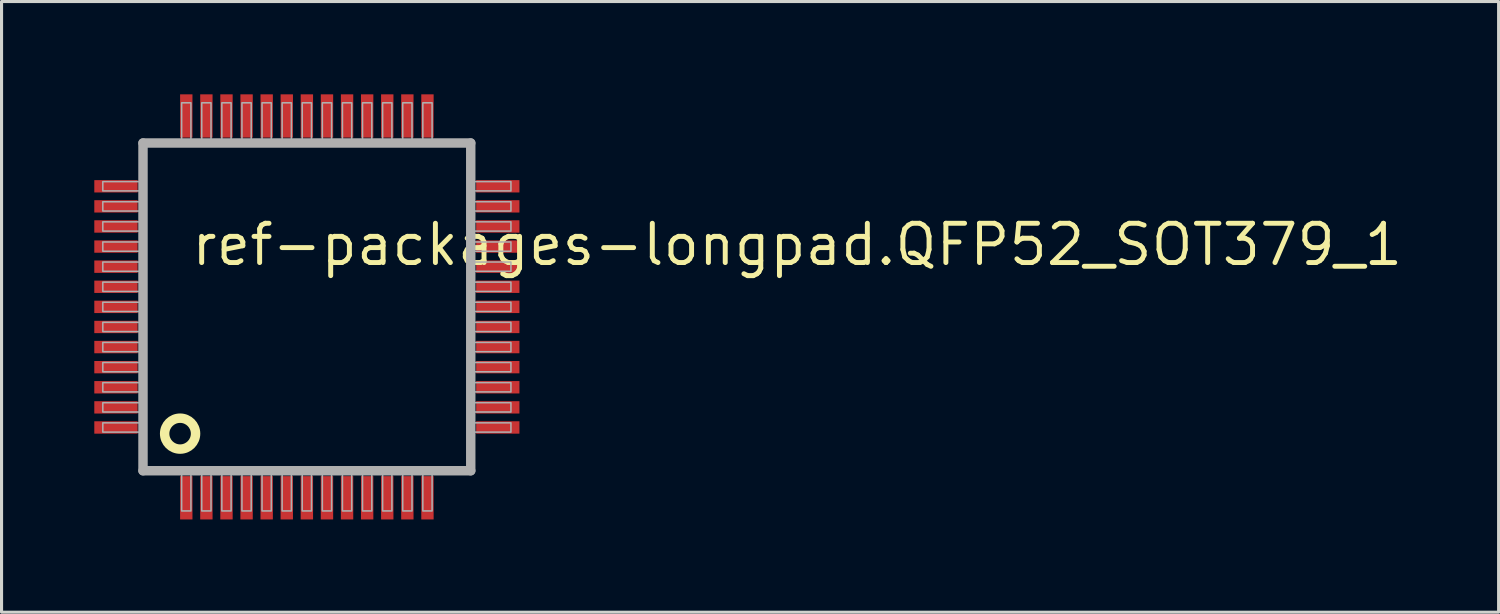
<source format=kicad_pcb>
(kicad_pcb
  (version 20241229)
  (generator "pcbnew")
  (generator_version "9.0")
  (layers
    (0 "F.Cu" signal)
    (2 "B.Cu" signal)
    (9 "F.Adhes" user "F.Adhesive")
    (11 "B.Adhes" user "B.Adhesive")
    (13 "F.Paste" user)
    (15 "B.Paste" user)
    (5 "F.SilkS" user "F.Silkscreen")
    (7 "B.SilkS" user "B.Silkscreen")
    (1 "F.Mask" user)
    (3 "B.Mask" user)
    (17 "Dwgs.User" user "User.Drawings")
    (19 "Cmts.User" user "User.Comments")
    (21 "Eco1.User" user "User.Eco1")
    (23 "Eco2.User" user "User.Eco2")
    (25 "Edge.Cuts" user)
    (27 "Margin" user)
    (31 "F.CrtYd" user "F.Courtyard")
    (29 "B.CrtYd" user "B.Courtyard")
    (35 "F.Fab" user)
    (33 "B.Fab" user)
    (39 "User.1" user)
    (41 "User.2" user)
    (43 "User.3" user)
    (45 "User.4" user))
  (footprint "ref-packages-longpad.QFP52_SOT379_1"
    (layer "F.Cu")
    (at 6.875 6.875)
    (property "Reference" "ref-packages-longpad.QFP52_SOT379_1" (at -3.81 -1.27 0) (layer "F.SilkS") (effects (font (size 1.27 1.27) (thickness 0.16)) (justify left bottom)))
    (attr smd)
    (fp_circle (center -4.1 4.1) (end -3.6 4.1) (stroke (width 0.305) (type default)) (fill no) (layer "F.SilkS"))
    (fp_line (start -5.3 -5.3) (end 5.3 -5.3) (stroke (width 0.305) (type default)) (layer "F.Fab"))
    (fp_line (start -5.3 5.3) (end -5.3 -5.3) (stroke (width 0.305) (type default)) (layer "F.Fab"))
    (fp_line (start 5.3 -5.3) (end 5.3 5.3) (stroke (width 0.305) (type default)) (layer "F.Fab"))
    (fp_line (start 5.3 5.3) (end -5.3 5.3) (stroke (width 0.305) (type default)) (layer "F.Fab"))
    (fp_rect (start -6.6 -3.75) (end -5.4 -4.05) (stroke (width 0.05) (type default)) (fill no) (layer "F.Fab"))
    (fp_rect (start -6.6 -3.1) (end -5.4 -3.4) (stroke (width 0.05) (type default)) (fill no) (layer "F.Fab"))
    (fp_rect (start -6.6 -2.45) (end -5.4 -2.75) (stroke (width 0.05) (type default)) (fill no) (layer "F.Fab"))
    (fp_rect (start -6.6 -1.8) (end -5.4 -2.1) (stroke (width 0.05) (type default)) (fill no) (layer "F.Fab"))
    (fp_rect (start -6.6 -1.15) (end -5.4 -1.45) (stroke (width 0.05) (type default)) (fill no) (layer "F.Fab"))
    (fp_rect (start -6.6 -0.5) (end -5.4 -0.8) (stroke (width 0.05) (type default)) (fill no) (layer "F.Fab"))
    (fp_rect (start -6.6 0.15) (end -5.4 -0.15) (stroke (width 0.05) (type default)) (fill no) (layer "F.Fab"))
    (fp_rect (start -6.6 0.8) (end -5.4 0.5) (stroke (width 0.05) (type default)) (fill no) (layer "F.Fab"))
    (fp_rect (start -6.6 1.45) (end -5.4 1.15) (stroke (width 0.05) (type default)) (fill no) (layer "F.Fab"))
    (fp_rect (start -6.6 2.1) (end -5.4 1.8) (stroke (width 0.05) (type default)) (fill no) (layer "F.Fab"))
    (fp_rect (start -6.6 2.75) (end -5.4 2.45) (stroke (width 0.05) (type default)) (fill no) (layer "F.Fab"))
    (fp_rect (start -6.6 3.4) (end -5.4 3.1) (stroke (width 0.05) (type default)) (fill no) (layer "F.Fab"))
    (fp_rect (start -6.6 4.05) (end -5.4 3.75) (stroke (width 0.05) (type default)) (fill no) (layer "F.Fab"))
    (fp_rect (start -4.05 -5.4) (end -3.75 -6.6) (stroke (width 0.05) (type default)) (fill no) (layer "F.Fab"))
    (fp_rect (start -4.05 6.6) (end -3.75 5.4) (stroke (width 0.05) (type default)) (fill no) (layer "F.Fab"))
    (fp_rect (start -3.4 -5.4) (end -3.1 -6.6) (stroke (width 0.05) (type default)) (fill no) (layer "F.Fab"))
    (fp_rect (start -3.4 6.6) (end -3.1 5.4) (stroke (width 0.05) (type default)) (fill no) (layer "F.Fab"))
    (fp_rect (start -2.75 -5.4) (end -2.45 -6.6) (stroke (width 0.05) (type default)) (fill no) (layer "F.Fab"))
    (fp_rect (start -2.75 6.6) (end -2.45 5.4) (stroke (width 0.05) (type default)) (fill no) (layer "F.Fab"))
    (fp_rect (start -2.1 -5.4) (end -1.8 -6.6) (stroke (width 0.05) (type default)) (fill no) (layer "F.Fab"))
    (fp_rect (start -2.1 6.6) (end -1.8 5.4) (stroke (width 0.05) (type default)) (fill no) (layer "F.Fab"))
    (fp_rect (start -1.45 -5.4) (end -1.15 -6.6) (stroke (width 0.05) (type default)) (fill no) (layer "F.Fab"))
    (fp_rect (start -1.45 6.6) (end -1.15 5.4) (stroke (width 0.05) (type default)) (fill no) (layer "F.Fab"))
    (fp_rect (start -0.8 -5.4) (end -0.5 -6.6) (stroke (width 0.05) (type default)) (fill no) (layer "F.Fab"))
    (fp_rect (start -0.8 6.6) (end -0.5 5.4) (stroke (width 0.05) (type default)) (fill no) (layer "F.Fab"))
    (fp_rect (start -0.15 -5.4) (end 0.15 -6.6) (stroke (width 0.05) (type default)) (fill no) (layer "F.Fab"))
    (fp_rect (start -0.15 6.6) (end 0.15 5.4) (stroke (width 0.05) (type default)) (fill no) (layer "F.Fab"))
    (fp_rect (start 0.5 -5.4) (end 0.8 -6.6) (stroke (width 0.05) (type default)) (fill no) (layer "F.Fab"))
    (fp_rect (start 0.5 6.6) (end 0.8 5.4) (stroke (width 0.05) (type default)) (fill no) (layer "F.Fab"))
    (fp_rect (start 1.15 -5.4) (end 1.45 -6.6) (stroke (width 0.05) (type default)) (fill no) (layer "F.Fab"))
    (fp_rect (start 1.15 6.6) (end 1.45 5.4) (stroke (width 0.05) (type default)) (fill no) (layer "F.Fab"))
    (fp_rect (start 1.8 -5.4) (end 2.1 -6.6) (stroke (width 0.05) (type default)) (fill no) (layer "F.Fab"))
    (fp_rect (start 1.8 6.6) (end 2.1 5.4) (stroke (width 0.05) (type default)) (fill no) (layer "F.Fab"))
    (fp_rect (start 2.45 -5.4) (end 2.75 -6.6) (stroke (width 0.05) (type default)) (fill no) (layer "F.Fab"))
    (fp_rect (start 2.45 6.6) (end 2.75 5.4) (stroke (width 0.05) (type default)) (fill no) (layer "F.Fab"))
    (fp_rect (start 3.1 -5.4) (end 3.4 -6.6) (stroke (width 0.05) (type default)) (fill no) (layer "F.Fab"))
    (fp_rect (start 3.1 6.6) (end 3.4 5.4) (stroke (width 0.05) (type default)) (fill no) (layer "F.Fab"))
    (fp_rect (start 3.75 -5.4) (end 4.05 -6.6) (stroke (width 0.05) (type default)) (fill no) (layer "F.Fab"))
    (fp_rect (start 3.75 6.6) (end 4.05 5.4) (stroke (width 0.05) (type default)) (fill no) (layer "F.Fab"))
    (fp_rect (start 5.4 -3.75) (end 6.6 -4.05) (stroke (width 0.05) (type default)) (fill no) (layer "F.Fab"))
    (fp_rect (start 5.4 -3.1) (end 6.6 -3.4) (stroke (width 0.05) (type default)) (fill no) (layer "F.Fab"))
    (fp_rect (start 5.4 -2.45) (end 6.6 -2.75) (stroke (width 0.05) (type default)) (fill no) (layer "F.Fab"))
    (fp_rect (start 5.4 -1.8) (end 6.6 -2.1) (stroke (width 0.05) (type default)) (fill no) (layer "F.Fab"))
    (fp_rect (start 5.4 -1.15) (end 6.6 -1.45) (stroke (width 0.05) (type default)) (fill no) (layer "F.Fab"))
    (fp_rect (start 5.4 -0.5) (end 6.6 -0.8) (stroke (width 0.05) (type default)) (fill no) (layer "F.Fab"))
    (fp_rect (start 5.4 0.15) (end 6.6 -0.15) (stroke (width 0.05) (type default)) (fill no) (layer "F.Fab"))
    (fp_rect (start 5.4 0.8) (end 6.6 0.5) (stroke (width 0.05) (type default)) (fill no) (layer "F.Fab"))
    (fp_rect (start 5.4 1.45) (end 6.6 1.15) (stroke (width 0.05) (type default)) (fill no) (layer "F.Fab"))
    (fp_rect (start 5.4 2.1) (end 6.6 1.8) (stroke (width 0.05) (type default)) (fill no) (layer "F.Fab"))
    (fp_rect (start 5.4 2.75) (end 6.6 2.45) (stroke (width 0.05) (type default)) (fill no) (layer "F.Fab"))
    (fp_rect (start 5.4 3.4) (end 6.6 3.1) (stroke (width 0.05) (type default)) (fill no) (layer "F.Fab"))
    (fp_rect (start 5.4 4.05) (end 6.6 3.75) (stroke (width 0.05) (type default)) (fill no) (layer "F.Fab"))
    (pad "1" smd roundrect (at -3.9 6.175) (size 0.4 1.4) (layers "F.Cu" "F.Mask" "F.Paste") (roundrect_rratio 0.01))
    (pad "2" smd roundrect (at -3.25 6.175) (size 0.4 1.4) (layers "F.Cu" "F.Mask" "F.Paste") (roundrect_rratio 0.01))
    (pad "3" smd roundrect (at -2.6 6.175) (size 0.4 1.4) (layers "F.Cu" "F.Mask" "F.Paste") (roundrect_rratio 0.01))
    (pad "4" smd roundrect (at -1.95 6.175) (size 0.4 1.4) (layers "F.Cu" "F.Mask" "F.Paste") (roundrect_rratio 0.01))
    (pad "5" smd roundrect (at -1.3 6.175) (size 0.4 1.4) (layers "F.Cu" "F.Mask" "F.Paste") (roundrect_rratio 0.01))
    (pad "6" smd roundrect (at -0.65 6.175) (size 0.4 1.4) (layers "F.Cu" "F.Mask" "F.Paste") (roundrect_rratio 0.01))
    (pad "7" smd roundrect (at 0 6.175) (size 0.4 1.4) (layers "F.Cu" "F.Mask" "F.Paste") (roundrect_rratio 0.01))
    (pad "8" smd roundrect (at 0.65 6.175) (size 0.4 1.4) (layers "F.Cu" "F.Mask" "F.Paste") (roundrect_rratio 0.01))
    (pad "9" smd roundrect (at 1.3 6.175) (size 0.4 1.4) (layers "F.Cu" "F.Mask" "F.Paste") (roundrect_rratio 0.01))
    (pad "10" smd roundrect (at 1.95 6.175) (size 0.4 1.4) (layers "F.Cu" "F.Mask" "F.Paste") (roundrect_rratio 0.01))
    (pad "11" smd roundrect (at 2.6 6.175) (size 0.4 1.4) (layers "F.Cu" "F.Mask" "F.Paste") (roundrect_rratio 0.01))
    (pad "12" smd roundrect (at 3.25 6.175) (size 0.4 1.4) (layers "F.Cu" "F.Mask" "F.Paste") (roundrect_rratio 0.01))
    (pad "13" smd roundrect (at 3.9 6.175) (size 0.4 1.4) (layers "F.Cu" "F.Mask" "F.Paste") (roundrect_rratio 0.01))
    (pad "14" smd roundrect (at 6.175 3.9) (size 1.4 0.4) (layers "F.Cu" "F.Mask" "F.Paste") (roundrect_rratio 0.01))
    (pad "15" smd roundrect (at 6.175 3.25) (size 1.4 0.4) (layers "F.Cu" "F.Mask" "F.Paste") (roundrect_rratio 0.01))
    (pad "16" smd roundrect (at 6.175 2.6) (size 1.4 0.4) (layers "F.Cu" "F.Mask" "F.Paste") (roundrect_rratio 0.01))
    (pad "17" smd roundrect (at 6.175 1.95) (size 1.4 0.4) (layers "F.Cu" "F.Mask" "F.Paste") (roundrect_rratio 0.01))
    (pad "18" smd roundrect (at 6.175 1.3) (size 1.4 0.4) (layers "F.Cu" "F.Mask" "F.Paste") (roundrect_rratio 0.01))
    (pad "19" smd roundrect (at 6.175 0.65) (size 1.4 0.4) (layers "F.Cu" "F.Mask" "F.Paste") (roundrect_rratio 0.01))
    (pad "20" smd roundrect (at 6.175 0) (size 1.4 0.4) (layers "F.Cu" "F.Mask" "F.Paste") (roundrect_rratio 0.01))
    (pad "21" smd roundrect (at 6.175 -0.65) (size 1.4 0.4) (layers "F.Cu" "F.Mask" "F.Paste") (roundrect_rratio 0.01))
    (pad "22" smd roundrect (at 6.175 -1.3) (size 1.4 0.4) (layers "F.Cu" "F.Mask" "F.Paste") (roundrect_rratio 0.01))
    (pad "23" smd roundrect (at 6.175 -1.95) (size 1.4 0.4) (layers "F.Cu" "F.Mask" "F.Paste") (roundrect_rratio 0.01))
    (pad "24" smd roundrect (at 6.175 -2.6) (size 1.4 0.4) (layers "F.Cu" "F.Mask" "F.Paste") (roundrect_rratio 0.01))
    (pad "25" smd roundrect (at 6.175 -3.25) (size 1.4 0.4) (layers "F.Cu" "F.Mask" "F.Paste") (roundrect_rratio 0.01))
    (pad "26" smd roundrect (at 6.175 -3.9) (size 1.4 0.4) (layers "F.Cu" "F.Mask" "F.Paste") (roundrect_rratio 0.01))
    (pad "27" smd roundrect (at 3.9 -6.175) (size 0.4 1.4) (layers "F.Cu" "F.Mask" "F.Paste") (roundrect_rratio 0.01))
    (pad "28" smd roundrect (at 3.25 -6.175) (size 0.4 1.4) (layers "F.Cu" "F.Mask" "F.Paste") (roundrect_rratio 0.01))
    (pad "29" smd roundrect (at 2.6 -6.175) (size 0.4 1.4) (layers "F.Cu" "F.Mask" "F.Paste") (roundrect_rratio 0.01))
    (pad "30" smd roundrect (at 1.95 -6.175) (size 0.4 1.4) (layers "F.Cu" "F.Mask" "F.Paste") (roundrect_rratio 0.01))
    (pad "31" smd roundrect (at 1.3 -6.175) (size 0.4 1.4) (layers "F.Cu" "F.Mask" "F.Paste") (roundrect_rratio 0.01))
    (pad "32" smd roundrect (at 0.65 -6.175) (size 0.4 1.4) (layers "F.Cu" "F.Mask" "F.Paste") (roundrect_rratio 0.01))
    (pad "33" smd roundrect (at 0 -6.175) (size 0.4 1.4) (layers "F.Cu" "F.Mask" "F.Paste") (roundrect_rratio 0.01))
    (pad "34" smd roundrect (at -0.65 -6.175) (size 0.4 1.4) (layers "F.Cu" "F.Mask" "F.Paste") (roundrect_rratio 0.01))
    (pad "35" smd roundrect (at -1.3 -6.175) (size 0.4 1.4) (layers "F.Cu" "F.Mask" "F.Paste") (roundrect_rratio 0.01))
    (pad "36" smd roundrect (at -1.95 -6.175) (size 0.4 1.4) (layers "F.Cu" "F.Mask" "F.Paste") (roundrect_rratio 0.01))
    (pad "37" smd roundrect (at -2.6 -6.175) (size 0.4 1.4) (layers "F.Cu" "F.Mask" "F.Paste") (roundrect_rratio 0.01))
    (pad "38" smd roundrect (at -3.25 -6.175) (size 0.4 1.4) (layers "F.Cu" "F.Mask" "F.Paste") (roundrect_rratio 0.01))
    (pad "39" smd roundrect (at -3.9 -6.175) (size 0.4 1.4) (layers "F.Cu" "F.Mask" "F.Paste") (roundrect_rratio 0.01))
    (pad "40" smd roundrect (at -6.175 -3.9) (size 1.4 0.4) (layers "F.Cu" "F.Mask" "F.Paste") (roundrect_rratio 0.01))
    (pad "41" smd roundrect (at -6.175 -3.25) (size 1.4 0.4) (layers "F.Cu" "F.Mask" "F.Paste") (roundrect_rratio 0.01))
    (pad "42" smd roundrect (at -6.175 -2.6) (size 1.4 0.4) (layers "F.Cu" "F.Mask" "F.Paste") (roundrect_rratio 0.01))
    (pad "43" smd roundrect (at -6.175 -1.95) (size 1.4 0.4) (layers "F.Cu" "F.Mask" "F.Paste") (roundrect_rratio 0.01))
    (pad "44" smd roundrect (at -6.175 -1.3) (size 1.4 0.4) (layers "F.Cu" "F.Mask" "F.Paste") (roundrect_rratio 0.01))
    (pad "45" smd roundrect (at -6.175 -0.65) (size 1.4 0.4) (layers "F.Cu" "F.Mask" "F.Paste") (roundrect_rratio 0.01))
    (pad "46" smd roundrect (at -6.175 0) (size 1.4 0.4) (layers "F.Cu" "F.Mask" "F.Paste") (roundrect_rratio 0.01))
    (pad "47" smd roundrect (at -6.175 0.65) (size 1.4 0.4) (layers "F.Cu" "F.Mask" "F.Paste") (roundrect_rratio 0.01))
    (pad "48" smd roundrect (at -6.175 1.3) (size 1.4 0.4) (layers "F.Cu" "F.Mask" "F.Paste") (roundrect_rratio 0.01))
    (pad "49" smd roundrect (at -6.175 1.95) (size 1.4 0.4) (layers "F.Cu" "F.Mask" "F.Paste") (roundrect_rratio 0.01))
    (pad "50" smd roundrect (at -6.175 2.6) (size 1.4 0.4) (layers "F.Cu" "F.Mask" "F.Paste") (roundrect_rratio 0.01))
    (pad "51" smd roundrect (at -6.175 3.25) (size 1.4 0.4) (layers "F.Cu" "F.Mask" "F.Paste") (roundrect_rratio 0.01))
    (pad "52" smd roundrect (at -6.175 3.9) (size 1.4 0.4) (layers "F.Cu" "F.Mask" "F.Paste") (roundrect_rratio 0.01)))
  (gr_rect
    (start -3 -3)
    (end 45.419 16.75)
    (stroke (width 0.1) (type default))
    (fill no)
    (layer "Edge.Cuts")))
</source>
